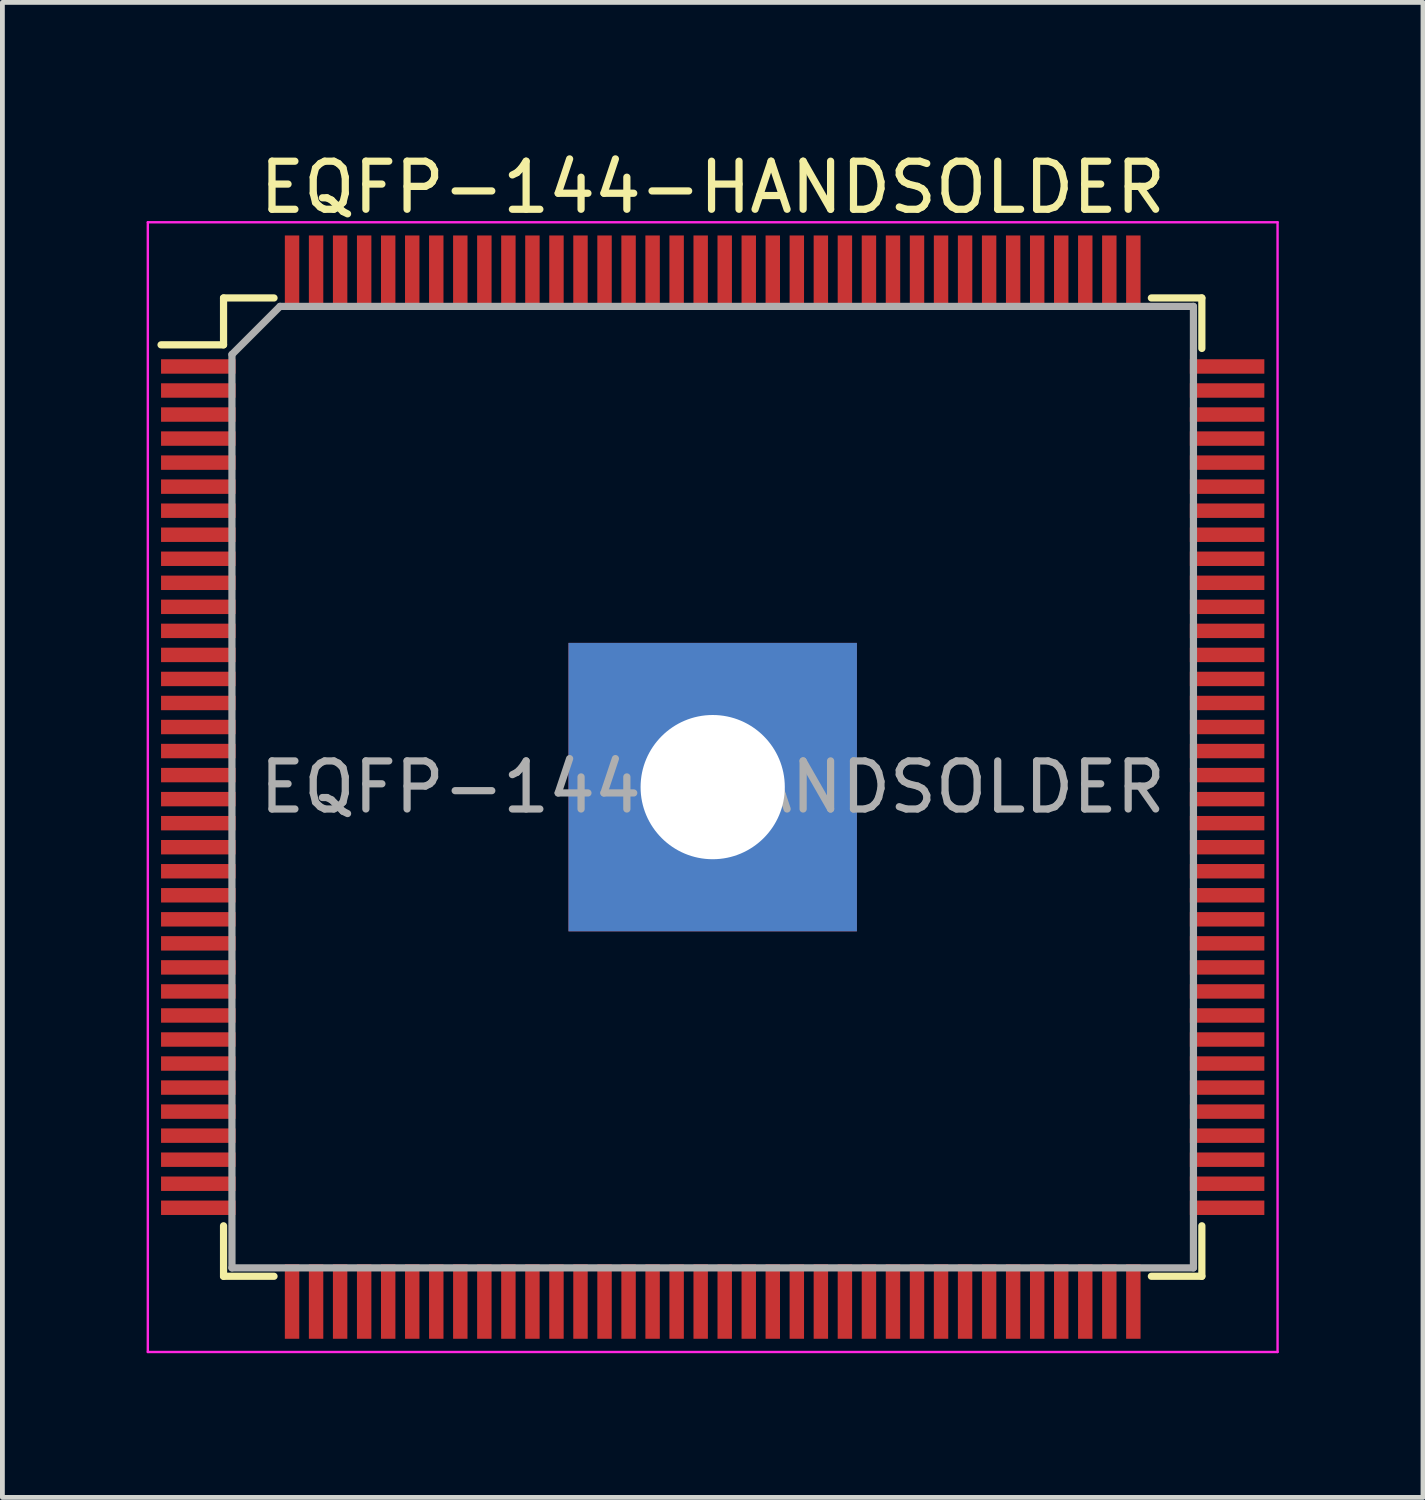
<source format=kicad_pcb>
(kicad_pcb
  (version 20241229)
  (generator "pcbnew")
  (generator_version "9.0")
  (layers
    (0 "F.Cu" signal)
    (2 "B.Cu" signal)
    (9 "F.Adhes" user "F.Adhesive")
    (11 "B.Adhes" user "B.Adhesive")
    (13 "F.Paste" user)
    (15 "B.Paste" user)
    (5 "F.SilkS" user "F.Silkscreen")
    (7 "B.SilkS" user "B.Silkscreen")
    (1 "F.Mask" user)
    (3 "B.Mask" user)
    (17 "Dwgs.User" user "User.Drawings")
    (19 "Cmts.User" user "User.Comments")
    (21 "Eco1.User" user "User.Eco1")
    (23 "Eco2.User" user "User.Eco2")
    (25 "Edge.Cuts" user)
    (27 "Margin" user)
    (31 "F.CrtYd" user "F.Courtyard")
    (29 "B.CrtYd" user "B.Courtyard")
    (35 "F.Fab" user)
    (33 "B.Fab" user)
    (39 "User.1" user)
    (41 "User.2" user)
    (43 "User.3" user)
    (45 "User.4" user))
  (footprint "EQFP-144-HANDSOLDER"
    (layer "F.Cu")
    (at 11.775 13.323)
    (property "Reference" "EQFP-144-HANDSOLDER" (at 0 -12.475 0) (layer "F.SilkS") (effects (font (size 1 1) (thickness 0.15))))
    (attr smd)
    (fp_line (start -10.175 -10.175) (end -10.175 -9.2) (stroke (width 0.15) (type solid)) (layer "F.SilkS"))
    (fp_line (start -10.175 -10.175) (end -9.125 -10.175) (stroke (width 0.15) (type solid)) (layer "F.SilkS"))
    (fp_line (start -10.175 -9.2) (end -11.475 -9.2) (stroke (width 0.15) (type solid)) (layer "F.SilkS"))
    (fp_line (start -10.175 10.175) (end -10.175 9.125) (stroke (width 0.15) (type solid)) (layer "F.SilkS"))
    (fp_line (start -10.175 10.175) (end -9.125 10.175) (stroke (width 0.15) (type solid)) (layer "F.SilkS"))
    (fp_line (start 10.175 -10.175) (end 9.125 -10.175) (stroke (width 0.15) (type solid)) (layer "F.SilkS"))
    (fp_line (start 10.175 -10.175) (end 10.175 -9.125) (stroke (width 0.15) (type solid)) (layer "F.SilkS"))
    (fp_line (start 10.175 10.175) (end 9.125 10.175) (stroke (width 0.15) (type solid)) (layer "F.SilkS"))
    (fp_line (start 10.175 10.175) (end 10.175 9.125) (stroke (width 0.15) (type solid)) (layer "F.SilkS"))
    (fp_line (start -11.75 -11.75) (end -11.75 11.75) (stroke (width 0.05) (type solid)) (layer "F.CrtYd"))
    (fp_line (start -11.75 -11.75) (end 11.75 -11.75) (stroke (width 0.05) (type solid)) (layer "F.CrtYd"))
    (fp_line (start -11.75 11.75) (end 11.75 11.75) (stroke (width 0.05) (type solid)) (layer "F.CrtYd"))
    (fp_line (start 11.75 -11.75) (end 11.75 11.75) (stroke (width 0.05) (type solid)) (layer "F.CrtYd"))
    (fp_line (start -10 -9) (end -9 -10) (stroke (width 0.15) (type solid)) (layer "F.Fab"))
    (fp_line (start -10 10) (end -10 -9) (stroke (width 0.15) (type solid)) (layer "F.Fab"))
    (fp_line (start -9 -10) (end 10 -10) (stroke (width 0.15) (type solid)) (layer "F.Fab"))
    (fp_line (start 10 -10) (end 10 10) (stroke (width 0.15) (type solid)) (layer "F.Fab"))
    (fp_line (start 10 10) (end -10 10) (stroke (width 0.15) (type solid)) (layer "F.Fab"))
    (fp_text user "${REFERENCE}" (at 0 0 0) (layer "F.Fab") (effects (font (size 1 1) (thickness 0.15))))
    (pad "1" smd rect (at -10.7 -8.75) (size 1.55 0.3) (layers "F.Cu" "F.Mask"))
    (pad "2" smd rect (at -10.7 -8.25) (size 1.55 0.3) (layers "F.Cu" "F.Mask"))
    (pad "3" smd rect (at -10.7 -7.75) (size 1.55 0.3) (layers "F.Cu" "F.Mask"))
    (pad "4" smd rect (at -10.7 -7.25) (size 1.55 0.3) (layers "F.Cu" "F.Mask"))
    (pad "5" smd rect (at -10.7 -6.75) (size 1.55 0.3) (layers "F.Cu" "F.Mask"))
    (pad "6" smd rect (at -10.7 -6.25) (size 1.55 0.3) (layers "F.Cu" "F.Mask"))
    (pad "7" smd rect (at -10.7 -5.75) (size 1.55 0.3) (layers "F.Cu" "F.Mask"))
    (pad "8" smd rect (at -10.7 -5.25) (size 1.55 0.3) (layers "F.Cu" "F.Mask"))
    (pad "9" smd rect (at -10.7 -4.75) (size 1.55 0.3) (layers "F.Cu" "F.Mask"))
    (pad "10" smd rect (at -10.7 -4.25) (size 1.55 0.3) (layers "F.Cu" "F.Mask"))
    (pad "11" smd rect (at -10.7 -3.75) (size 1.55 0.3) (layers "F.Cu" "F.Mask"))
    (pad "12" smd rect (at -10.7 -3.25) (size 1.55 0.3) (layers "F.Cu" "F.Mask"))
    (pad "13" smd rect (at -10.7 -2.75) (size 1.55 0.3) (layers "F.Cu" "F.Mask"))
    (pad "14" smd rect (at -10.7 -2.25) (size 1.55 0.3) (layers "F.Cu" "F.Mask"))
    (pad "15" smd rect (at -10.7 -1.75) (size 1.55 0.3) (layers "F.Cu" "F.Mask"))
    (pad "16" smd rect (at -10.7 -1.25) (size 1.55 0.3) (layers "F.Cu" "F.Mask"))
    (pad "17" smd rect (at -10.7 -0.75) (size 1.55 0.3) (layers "F.Cu" "F.Mask"))
    (pad "18" smd rect (at -10.7 -0.25) (size 1.55 0.3) (layers "F.Cu" "F.Mask"))
    (pad "19" smd rect (at -10.7 0.25) (size 1.55 0.3) (layers "F.Cu" "F.Mask"))
    (pad "20" smd rect (at -10.7 0.75) (size 1.55 0.3) (layers "F.Cu" "F.Mask"))
    (pad "21" smd rect (at -10.7 1.25) (size 1.55 0.3) (layers "F.Cu" "F.Mask"))
    (pad "22" smd rect (at -10.7 1.75) (size 1.55 0.3) (layers "F.Cu" "F.Mask"))
    (pad "23" smd rect (at -10.7 2.25) (size 1.55 0.3) (layers "F.Cu" "F.Mask"))
    (pad "24" smd rect (at -10.7 2.75) (size 1.55 0.3) (layers "F.Cu" "F.Mask"))
    (pad "25" smd rect (at -10.7 3.25) (size 1.55 0.3) (layers "F.Cu" "F.Mask"))
    (pad "26" smd rect (at -10.7 3.75) (size 1.55 0.3) (layers "F.Cu" "F.Mask"))
    (pad "27" smd rect (at -10.7 4.25) (size 1.55 0.3) (layers "F.Cu" "F.Mask"))
    (pad "28" smd rect (at -10.7 4.75) (size 1.55 0.3) (layers "F.Cu" "F.Mask"))
    (pad "29" smd rect (at -10.7 5.25) (size 1.55 0.3) (layers "F.Cu" "F.Mask"))
    (pad "30" smd rect (at -10.7 5.75) (size 1.55 0.3) (layers "F.Cu" "F.Mask"))
    (pad "31" smd rect (at -10.7 6.25) (size 1.55 0.3) (layers "F.Cu" "F.Mask"))
    (pad "32" smd rect (at -10.7 6.75) (size 1.55 0.3) (layers "F.Cu" "F.Mask"))
    (pad "33" smd rect (at -10.7 7.25) (size 1.55 0.3) (layers "F.Cu" "F.Mask"))
    (pad "34" smd rect (at -10.7 7.75) (size 1.55 0.3) (layers "F.Cu" "F.Mask"))
    (pad "35" smd rect (at -10.7 8.25) (size 1.55 0.3) (layers "F.Cu" "F.Mask"))
    (pad "36" smd rect (at -10.7 8.75) (size 1.55 0.3) (layers "F.Cu" "F.Mask"))
    (pad "37" smd rect (at -8.75 10.7 90) (size 1.55 0.3) (layers "F.Cu" "F.Mask"))
    (pad "38" smd rect (at -8.25 10.7 90) (size 1.55 0.3) (layers "F.Cu" "F.Mask"))
    (pad "39" smd rect (at -7.75 10.7 90) (size 1.55 0.3) (layers "F.Cu" "F.Mask"))
    (pad "40" smd rect (at -7.25 10.7 90) (size 1.55 0.3) (layers "F.Cu" "F.Mask"))
    (pad "41" smd rect (at -6.75 10.7 90) (size 1.55 0.3) (layers "F.Cu" "F.Mask"))
    (pad "42" smd rect (at -6.25 10.7 90) (size 1.55 0.3) (layers "F.Cu" "F.Mask"))
    (pad "43" smd rect (at -5.75 10.7 90) (size 1.55 0.3) (layers "F.Cu" "F.Mask"))
    (pad "44" smd rect (at -5.25 10.7 90) (size 1.55 0.3) (layers "F.Cu" "F.Mask"))
    (pad "45" smd rect (at -4.75 10.7 90) (size 1.55 0.3) (layers "F.Cu" "F.Mask"))
    (pad "46" smd rect (at -4.25 10.7 90) (size 1.55 0.3) (layers "F.Cu" "F.Mask"))
    (pad "47" smd rect (at -3.75 10.7 90) (size 1.55 0.3) (layers "F.Cu" "F.Mask"))
    (pad "48" smd rect (at -3.25 10.7 90) (size 1.55 0.3) (layers "F.Cu" "F.Mask"))
    (pad "49" smd rect (at -2.75 10.7 90) (size 1.55 0.3) (layers "F.Cu" "F.Mask"))
    (pad "50" smd rect (at -2.25 10.7 90) (size 1.55 0.3) (layers "F.Cu" "F.Mask"))
    (pad "51" smd rect (at -1.75 10.7 90) (size 1.55 0.3) (layers "F.Cu" "F.Mask"))
    (pad "52" smd rect (at -1.25 10.7 90) (size 1.55 0.3) (layers "F.Cu" "F.Mask"))
    (pad "53" smd rect (at -0.75 10.7 90) (size 1.55 0.3) (layers "F.Cu" "F.Mask"))
    (pad "54" smd rect (at -0.25 10.7 90) (size 1.55 0.3) (layers "F.Cu" "F.Mask"))
    (pad "55" smd rect (at 0.25 10.7 90) (size 1.55 0.3) (layers "F.Cu" "F.Mask"))
    (pad "56" smd rect (at 0.75 10.7 90) (size 1.55 0.3) (layers "F.Cu" "F.Mask"))
    (pad "57" smd rect (at 1.25 10.7 90) (size 1.55 0.3) (layers "F.Cu" "F.Mask"))
    (pad "58" smd rect (at 1.75 10.7 90) (size 1.55 0.3) (layers "F.Cu" "F.Mask"))
    (pad "59" smd rect (at 2.25 10.7 90) (size 1.55 0.3) (layers "F.Cu" "F.Mask"))
    (pad "60" smd rect (at 2.75 10.7 90) (size 1.55 0.3) (layers "F.Cu" "F.Mask"))
    (pad "61" smd rect (at 3.25 10.7 90) (size 1.55 0.3) (layers "F.Cu" "F.Mask"))
    (pad "62" smd rect (at 3.75 10.7 90) (size 1.55 0.3) (layers "F.Cu" "F.Mask"))
    (pad "63" smd rect (at 4.25 10.7 90) (size 1.55 0.3) (layers "F.Cu" "F.Mask"))
    (pad "64" smd rect (at 4.75 10.7 90) (size 1.55 0.3) (layers "F.Cu" "F.Mask"))
    (pad "65" smd rect (at 5.25 10.7 90) (size 1.55 0.3) (layers "F.Cu" "F.Mask"))
    (pad "66" smd rect (at 5.75 10.7 90) (size 1.55 0.3) (layers "F.Cu" "F.Mask"))
    (pad "67" smd rect (at 6.25 10.7 90) (size 1.55 0.3) (layers "F.Cu" "F.Mask"))
    (pad "68" smd rect (at 6.75 10.7 90) (size 1.55 0.3) (layers "F.Cu" "F.Mask"))
    (pad "69" smd rect (at 7.25 10.7 90) (size 1.55 0.3) (layers "F.Cu" "F.Mask"))
    (pad "70" smd rect (at 7.75 10.7 90) (size 1.55 0.3) (layers "F.Cu" "F.Mask"))
    (pad "71" smd rect (at 8.25 10.7 90) (size 1.55 0.3) (layers "F.Cu" "F.Mask"))
    (pad "72" smd rect (at 8.75 10.7 90) (size 1.55 0.3) (layers "F.Cu" "F.Mask"))
    (pad "73" smd rect (at 10.7 8.75) (size 1.55 0.3) (layers "F.Cu" "F.Mask"))
    (pad "74" smd rect (at 10.7 8.25) (size 1.55 0.3) (layers "F.Cu" "F.Mask"))
    (pad "75" smd rect (at 10.7 7.75) (size 1.55 0.3) (layers "F.Cu" "F.Mask"))
    (pad "76" smd rect (at 10.7 7.25) (size 1.55 0.3) (layers "F.Cu" "F.Mask"))
    (pad "77" smd rect (at 10.7 6.75) (size 1.55 0.3) (layers "F.Cu" "F.Mask"))
    (pad "78" smd rect (at 10.7 6.25) (size 1.55 0.3) (layers "F.Cu" "F.Mask"))
    (pad "79" smd rect (at 10.7 5.75) (size 1.55 0.3) (layers "F.Cu" "F.Mask"))
    (pad "80" smd rect (at 10.7 5.25) (size 1.55 0.3) (layers "F.Cu" "F.Mask"))
    (pad "81" smd rect (at 10.7 4.75) (size 1.55 0.3) (layers "F.Cu" "F.Mask"))
    (pad "82" smd rect (at 10.7 4.25) (size 1.55 0.3) (layers "F.Cu" "F.Mask"))
    (pad "83" smd rect (at 10.7 3.75) (size 1.55 0.3) (layers "F.Cu" "F.Mask"))
    (pad "84" smd rect (at 10.7 3.25) (size 1.55 0.3) (layers "F.Cu" "F.Mask"))
    (pad "85" smd rect (at 10.7 2.75) (size 1.55 0.3) (layers "F.Cu" "F.Mask"))
    (pad "86" smd rect (at 10.7 2.25) (size 1.55 0.3) (layers "F.Cu" "F.Mask"))
    (pad "87" smd rect (at 10.7 1.75) (size 1.55 0.3) (layers "F.Cu" "F.Mask"))
    (pad "88" smd rect (at 10.7 1.25) (size 1.55 0.3) (layers "F.Cu" "F.Mask"))
    (pad "89" smd rect (at 10.7 0.75) (size 1.55 0.3) (layers "F.Cu" "F.Mask"))
    (pad "90" smd rect (at 10.7 0.25) (size 1.55 0.3) (layers "F.Cu" "F.Mask"))
    (pad "91" smd rect (at 10.7 -0.25) (size 1.55 0.3) (layers "F.Cu" "F.Mask"))
    (pad "92" smd rect (at 10.7 -0.75) (size 1.55 0.3) (layers "F.Cu" "F.Mask"))
    (pad "93" smd rect (at 10.7 -1.25) (size 1.55 0.3) (layers "F.Cu" "F.Mask"))
    (pad "94" smd rect (at 10.7 -1.75) (size 1.55 0.3) (layers "F.Cu" "F.Mask"))
    (pad "95" smd rect (at 10.7 -2.25) (size 1.55 0.3) (layers "F.Cu" "F.Mask"))
    (pad "96" smd rect (at 10.7 -2.75) (size 1.55 0.3) (layers "F.Cu" "F.Mask"))
    (pad "97" smd rect (at 10.7 -3.25) (size 1.55 0.3) (layers "F.Cu" "F.Mask"))
    (pad "98" smd rect (at 10.7 -3.75) (size 1.55 0.3) (layers "F.Cu" "F.Mask"))
    (pad "99" smd rect (at 10.7 -4.25) (size 1.55 0.3) (layers "F.Cu" "F.Mask"))
    (pad "100" smd rect (at 10.7 -4.75) (size 1.55 0.3) (layers "F.Cu" "F.Mask"))
    (pad "101" smd rect (at 10.7 -5.25) (size 1.55 0.3) (layers "F.Cu" "F.Mask"))
    (pad "102" smd rect (at 10.7 -5.75) (size 1.55 0.3) (layers "F.Cu" "F.Mask"))
    (pad "103" smd rect (at 10.7 -6.25) (size 1.55 0.3) (layers "F.Cu" "F.Mask"))
    (pad "104" smd rect (at 10.7 -6.75) (size 1.55 0.3) (layers "F.Cu" "F.Mask"))
    (pad "105" smd rect (at 10.7 -7.25) (size 1.55 0.3) (layers "F.Cu" "F.Mask"))
    (pad "106" smd rect (at 10.7 -7.75) (size 1.55 0.3) (layers "F.Cu" "F.Mask"))
    (pad "107" smd rect (at 10.7 -8.25) (size 1.55 0.3) (layers "F.Cu" "F.Mask"))
    (pad "108" smd rect (at 10.7 -8.75) (size 1.55 0.3) (layers "F.Cu" "F.Mask"))
    (pad "109" smd rect (at 8.75 -10.7 90) (size 1.55 0.3) (layers "F.Cu" "F.Mask"))
    (pad "110" smd rect (at 8.25 -10.7 90) (size 1.55 0.3) (layers "F.Cu" "F.Mask"))
    (pad "111" smd rect (at 7.75 -10.7 90) (size 1.55 0.3) (layers "F.Cu" "F.Mask"))
    (pad "112" smd rect (at 7.25 -10.7 90) (size 1.55 0.3) (layers "F.Cu" "F.Mask"))
    (pad "113" smd rect (at 6.75 -10.7 90) (size 1.55 0.3) (layers "F.Cu" "F.Mask"))
    (pad "114" smd rect (at 6.25 -10.7 90) (size 1.55 0.3) (layers "F.Cu" "F.Mask"))
    (pad "115" smd rect (at 5.75 -10.7 90) (size 1.55 0.3) (layers "F.Cu" "F.Mask"))
    (pad "116" smd rect (at 5.25 -10.7 90) (size 1.55 0.3) (layers "F.Cu" "F.Mask"))
    (pad "117" smd rect (at 4.75 -10.7 90) (size 1.55 0.3) (layers "F.Cu" "F.Mask"))
    (pad "118" smd rect (at 4.25 -10.7 90) (size 1.55 0.3) (layers "F.Cu" "F.Mask"))
    (pad "119" smd rect (at 3.75 -10.7 90) (size 1.55 0.3) (layers "F.Cu" "F.Mask"))
    (pad "120" smd rect (at 3.25 -10.7 90) (size 1.55 0.3) (layers "F.Cu" "F.Mask"))
    (pad "121" smd rect (at 2.75 -10.7 90) (size 1.55 0.3) (layers "F.Cu" "F.Mask"))
    (pad "122" smd rect (at 2.25 -10.7 90) (size 1.55 0.3) (layers "F.Cu" "F.Mask"))
    (pad "123" smd rect (at 1.75 -10.7 90) (size 1.55 0.3) (layers "F.Cu" "F.Mask"))
    (pad "124" smd rect (at 1.25 -10.7 90) (size 1.55 0.3) (layers "F.Cu" "F.Mask"))
    (pad "125" smd rect (at 0.75 -10.7 90) (size 1.55 0.3) (layers "F.Cu" "F.Mask"))
    (pad "126" smd rect (at 0.25 -10.7 90) (size 1.55 0.3) (layers "F.Cu" "F.Mask"))
    (pad "127" smd rect (at -0.25 -10.7 90) (size 1.55 0.3) (layers "F.Cu" "F.Mask"))
    (pad "128" smd rect (at -0.75 -10.7 90) (size 1.55 0.3) (layers "F.Cu" "F.Mask"))
    (pad "129" smd rect (at -1.25 -10.7 90) (size 1.55 0.3) (layers "F.Cu" "F.Mask"))
    (pad "130" smd rect (at -1.75 -10.7 90) (size 1.55 0.3) (layers "F.Cu" "F.Mask"))
    (pad "131" smd rect (at -2.25 -10.7 90) (size 1.55 0.3) (layers "F.Cu" "F.Mask"))
    (pad "132" smd rect (at -2.75 -10.7 90) (size 1.55 0.3) (layers "F.Cu" "F.Mask"))
    (pad "133" smd rect (at -3.25 -10.7 90) (size 1.55 0.3) (layers "F.Cu" "F.Mask"))
    (pad "134" smd rect (at -3.75 -10.7 90) (size 1.55 0.3) (layers "F.Cu" "F.Mask"))
    (pad "135" smd rect (at -4.25 -10.7 90) (size 1.55 0.3) (layers "F.Cu" "F.Mask"))
    (pad "136" smd rect (at -4.75 -10.7 90) (size 1.55 0.3) (layers "F.Cu" "F.Mask"))
    (pad "137" smd rect (at -5.25 -10.7 90) (size 1.55 0.3) (layers "F.Cu" "F.Mask"))
    (pad "138" smd rect (at -5.75 -10.7 90) (size 1.55 0.3) (layers "F.Cu" "F.Mask"))
    (pad "139" smd rect (at -6.25 -10.7 90) (size 1.55 0.3) (layers "F.Cu" "F.Mask"))
    (pad "140" smd rect (at -6.75 -10.7 90) (size 1.55 0.3) (layers "F.Cu" "F.Mask"))
    (pad "141" smd rect (at -7.25 -10.7 90) (size 1.55 0.3) (layers "F.Cu" "F.Mask"))
    (pad "142" smd rect (at -7.75 -10.7 90) (size 1.55 0.3) (layers "F.Cu" "F.Mask"))
    (pad "143" smd rect (at -8.25 -10.7 90) (size 1.55 0.3) (layers "F.Cu" "F.Mask"))
    (pad "144" smd rect (at -8.75 -10.7 90) (size 1.55 0.3) (layers "F.Cu" "F.Mask"))
    (pad "145" thru_hole rect (at 0 0) (size 6 6) (drill 3) (layers "*.Cu" "*.Mask")))
  (gr_rect
    (start -3 -3)
    (end 26.55 28.098)
    (stroke (width 0.1) (type default))
    (fill no)
    (layer "Edge.Cuts")))
</source>
